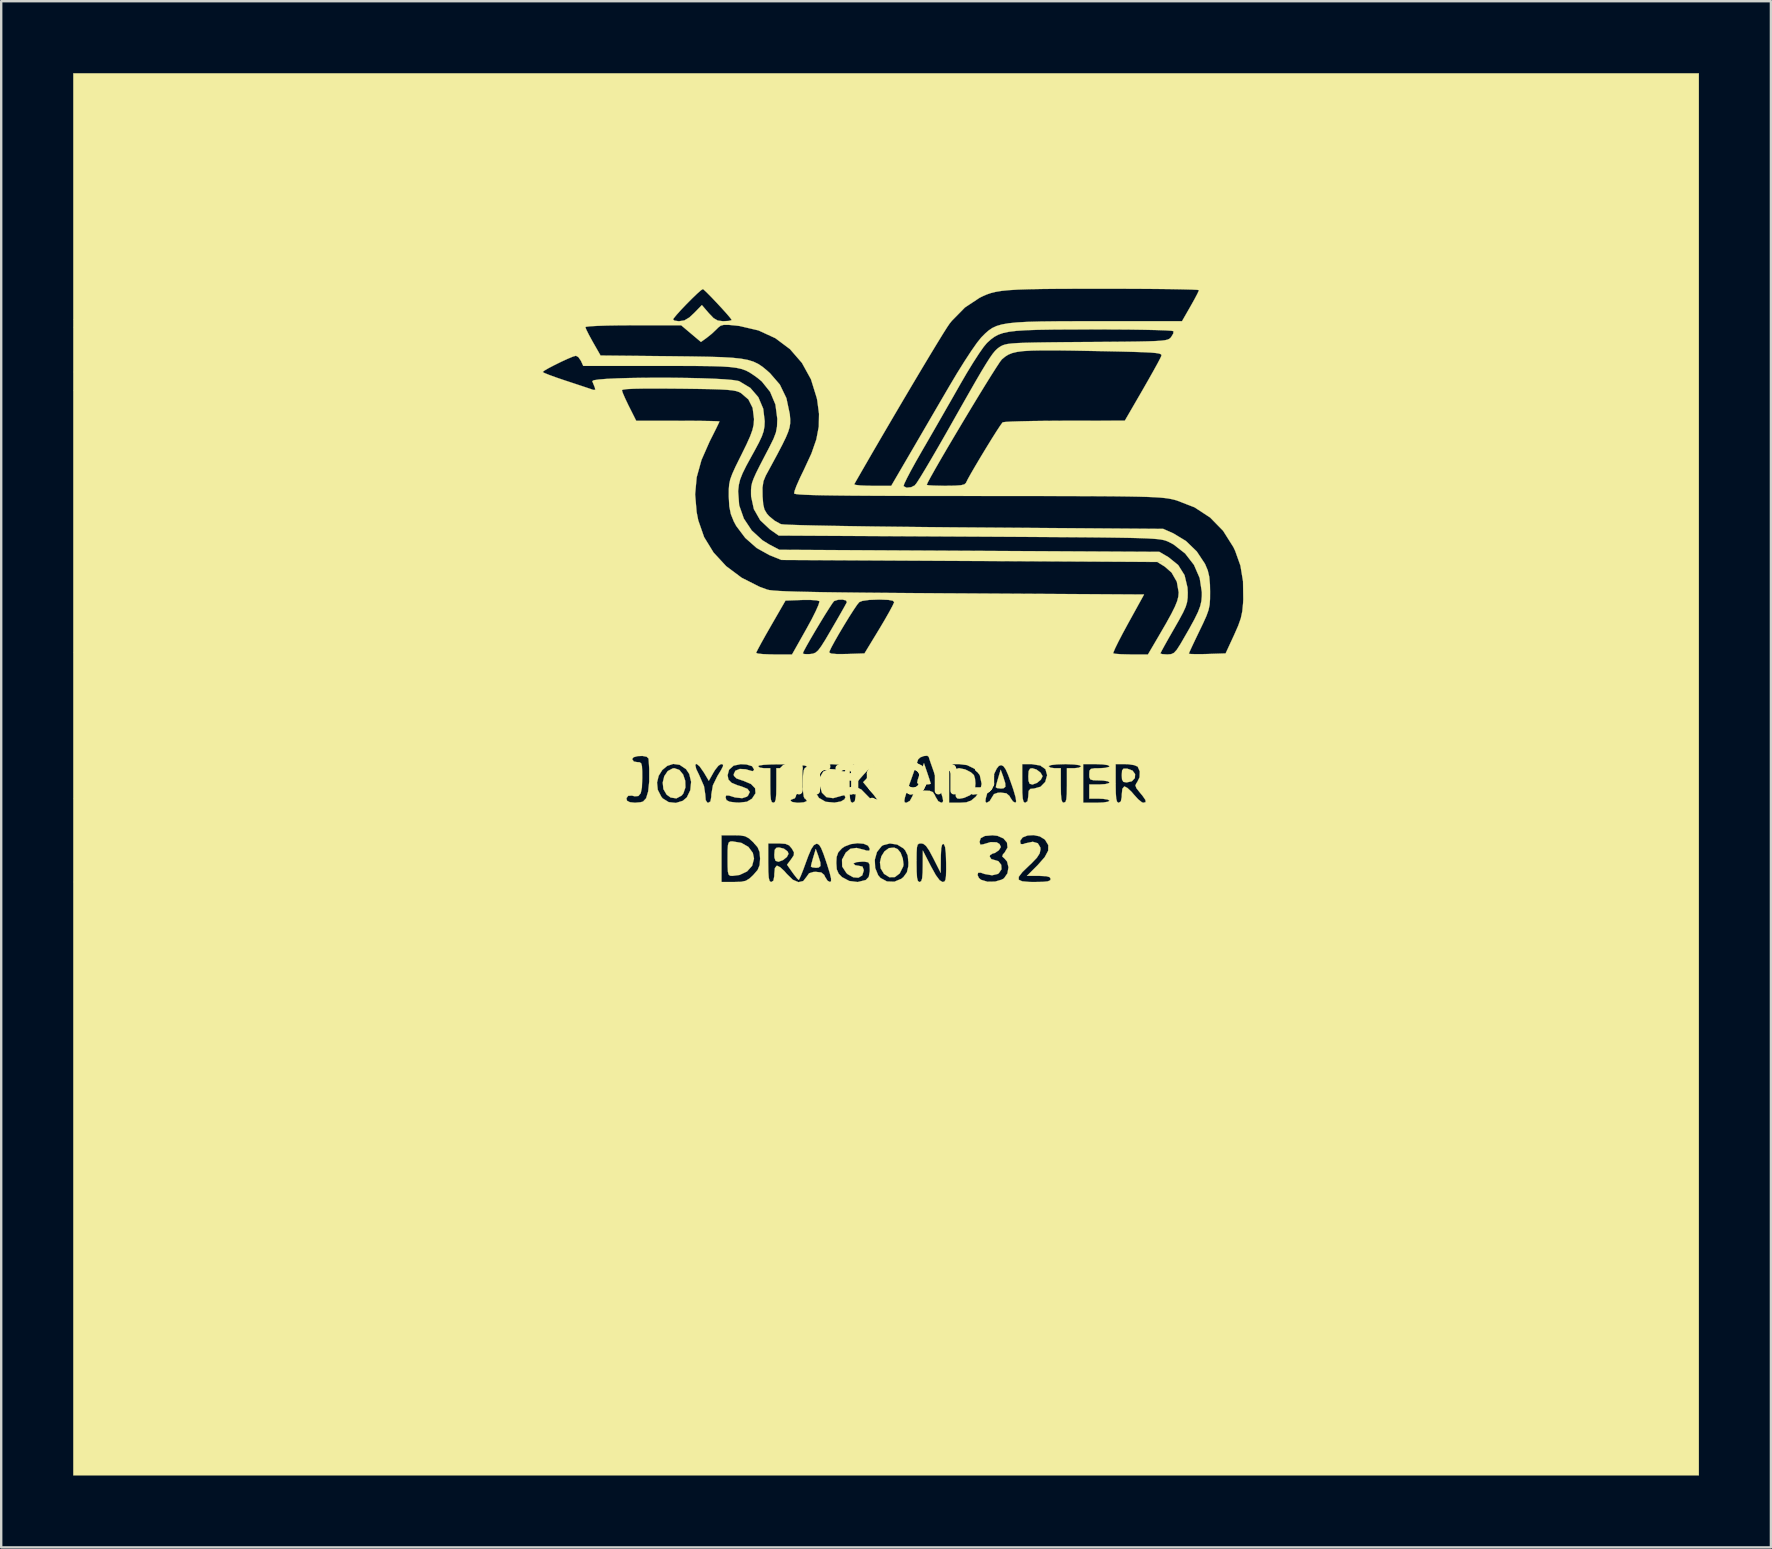
<source format=kicad_pcb>
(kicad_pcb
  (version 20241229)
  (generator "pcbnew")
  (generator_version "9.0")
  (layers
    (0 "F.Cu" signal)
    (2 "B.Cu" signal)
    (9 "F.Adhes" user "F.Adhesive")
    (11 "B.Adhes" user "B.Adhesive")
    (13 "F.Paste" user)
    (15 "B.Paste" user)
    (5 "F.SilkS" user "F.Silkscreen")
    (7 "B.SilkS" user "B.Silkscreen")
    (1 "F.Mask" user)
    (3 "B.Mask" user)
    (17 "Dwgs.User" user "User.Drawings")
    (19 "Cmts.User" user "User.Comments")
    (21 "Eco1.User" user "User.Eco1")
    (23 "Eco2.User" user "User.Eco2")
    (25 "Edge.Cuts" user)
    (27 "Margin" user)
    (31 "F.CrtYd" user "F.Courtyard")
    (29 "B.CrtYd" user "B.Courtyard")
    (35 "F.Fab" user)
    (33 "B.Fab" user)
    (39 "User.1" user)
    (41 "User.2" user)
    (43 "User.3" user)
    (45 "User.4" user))
  (footprint "dragon3"
    (layer "F.Cu")
    (at 33.872 29.215)
    (property "Reference" "dragon3" (at 0 0 0) (layer "F.SilkS") (effects (font (size 1.524 1.524) (thickness 0.3))))
    (attr through_hole)
    (fp_poly (pts (xy -2.826 3.396) (xy -2.739 3.669) (xy -2.733 3.821) (xy -2.811 3.885) (xy -2.921 3.895) (xy -3.08 3.876) (xy -3.133 3.841) (xy -3.11 3.733) (xy -3.055 3.528) (xy -3.031 3.448) (xy -2.93 3.11) (xy -2.826 3.396)) (stroke (width 0.01) (type solid)) (fill yes) (layer "F.SilkS"))
    (fp_poly (pts (xy 4.879 0.094) (xy 4.965 0.367) (xy 4.972 0.519) (xy 4.893 0.583) (xy 4.784 0.593) (xy 4.624 0.574) (xy 4.572 0.539) (xy 4.594 0.431) (xy 4.65 0.226) (xy 4.674 0.146) (xy 4.775 -0.192) (xy 4.879 0.094)) (stroke (width 0.01) (type solid)) (fill yes) (layer "F.SilkS"))
    (fp_poly (pts (xy 10.045 -0.239) (xy 10.046 -0.238) (xy 10.271 -0.155) (xy 10.377 -0.007) (xy 10.367 0.157) (xy 10.243 0.289) (xy 10.023 0.339) (xy 9.887 0.315) (xy 9.831 0.212) (xy 9.821 0.037) (xy 9.834 -0.163) (xy 9.896 -0.239) (xy 10.045 -0.239)) (stroke (width 0.01) (type solid)) (fill yes) (layer "F.SilkS"))
    (fp_poly (pts (xy -4.257 3.097) (xy -4.104 3.213) (xy -4.064 3.313) (xy -4.133 3.445) (xy -4.292 3.572) (xy -4.468 3.639) (xy -4.493 3.641) (xy -4.606 3.605) (xy -4.652 3.469) (xy -4.657 3.344) (xy -4.64 3.143) (xy -4.568 3.061) (xy -4.462 3.048) (xy -4.257 3.097)) (stroke (width 0.01) (type solid)) (fill yes) (layer "F.SilkS"))
    (fp_poly (pts (xy 1.721 -0.048) (xy 1.801 0.192) (xy 1.852 0.355) (xy 1.863 0.396) (xy 1.788 0.414) (xy 1.604 0.423) (xy 1.561 0.423) (xy 1.363 0.412) (xy 1.296 0.358) (xy 1.317 0.233) (xy 1.392 0.013) (xy 1.477 -0.211) (xy 1.579 -0.465) (xy 1.721 -0.048)) (stroke (width 0.01) (type solid)) (fill yes) (layer "F.SilkS"))
    (fp_poly (pts (xy 6.268 -0.199) (xy 6.435 -0.072) (xy 6.518 0.07) (xy 6.519 0.085) (xy 6.45 0.225) (xy 6.289 0.357) (xy 6.109 0.423) (xy 6.09 0.423) (xy 5.983 0.393) (xy 5.935 0.272) (xy 5.927 0.085) (xy 5.941 -0.138) (xy 6 -0.236) (xy 6.09 -0.254) (xy 6.268 -0.199)) (stroke (width 0.01) (type solid)) (fill yes) (layer "F.SilkS"))
    (fp_poly (pts (xy -8.61 -0.18) (xy -8.456 0.01) (xy -8.369 0.268) (xy -8.361 0.547) (xy -8.447 0.796) (xy -8.515 0.883) (xy -8.737 1.004) (xy -8.98 0.966) (xy -9.144 0.847) (xy -9.279 0.616) (xy -9.307 0.344) (xy -9.242 0.077) (xy -9.098 -0.136) (xy -8.889 -0.247) (xy -8.818 -0.254) (xy -8.61 -0.18)) (stroke (width 0.01) (type solid)) (fill yes) (layer "F.SilkS"))
    (fp_poly (pts (xy 0.482 3.115) (xy 0.608 3.271) (xy 0.698 3.514) (xy 0.726 3.758) (xy 0.712 3.842) (xy 0.567 4.131) (xy 0.365 4.283) (xy 0.135 4.288) (xy -0.085 4.149) (xy -0.225 3.921) (xy -0.255 3.664) (xy -0.195 3.414) (xy -0.063 3.206) (xy 0.121 3.074) (xy 0.338 3.054) (xy 0.482 3.115)) (stroke (width 0.01) (type solid)) (fill yes) (layer "F.SilkS"))
    (fp_poly (pts (xy -6.032 2.856) (xy -5.737 3.024) (xy -5.552 3.275) (xy -5.503 3.514) (xy -5.581 3.811) (xy -5.792 4.046) (xy -6.106 4.194) (xy -6.405 4.233) (xy -6.501 4.225) (xy -6.56 4.178) (xy -6.591 4.059) (xy -6.602 3.835) (xy -6.604 3.514) (xy -6.602 3.165) (xy -6.589 2.952) (xy -6.556 2.842) (xy -6.494 2.8) (xy -6.405 2.794) (xy -6.032 2.856)) (stroke (width 0.01) (type solid)) (fill yes) (layer "F.SilkS"))
    (fp_poly (pts (xy 3.295 -0.205) (xy 3.533 -0.085) (xy 3.661 0.034) (xy 3.706 0.181) (xy 3.723 0.381) (xy 3.703 0.595) (xy 3.661 0.728) (xy 3.493 0.873) (xy 3.247 0.982) (xy 3.054 1.016) (xy 2.964 1.002) (xy 2.912 0.938) (xy 2.887 0.787) (xy 2.879 0.514) (xy 2.879 0.381) (xy 2.882 0.057) (xy 2.9 -0.133) (xy 2.942 -0.225) (xy 3.017 -0.253) (xy 3.054 -0.254) (xy 3.295 -0.205)) (stroke (width 0.01) (type solid)) (fill yes) (layer "F.SilkS"))
    (fp_poly (pts (xy 33.867 29.21) (xy -33.867 29.21) (xy -33.867 2.54) (xy -6.858 2.54) (xy -6.858 4.487) (xy -6.342 4.487) (xy -6.041 4.479) (xy -5.845 4.437) (xy -5.685 4.338) (xy -5.537 4.199) (xy -5.352 3.986) (xy -5.269 3.784) (xy -5.249 3.514) (xy -5.27 3.238) (xy -5.355 3.036) (xy -5.493 2.879) (xy -4.911 2.879) (xy -4.911 3.683) (xy -4.906 4.066) (xy -4.889 4.309) (xy -4.856 4.439) (xy -4.802 4.486) (xy -4.784 4.487) (xy -4.695 4.431) (xy -4.659 4.246) (xy -4.657 4.149) (xy -4.634 3.91) (xy -4.562 3.814) (xy -4.534 3.81) (xy -4.413 3.872) (xy -4.242 4.029) (xy -4.138 4.149) (xy -3.887 4.393) (xy -3.651 4.494) (xy -3.451 4.447) (xy -3.317 4.276) (xy -3.208 4.124) (xy -3.027 4.068) (xy -2.921 4.064) (xy -2.7 4.09) (xy -2.58 4.19) (xy -2.54 4.276) (xy -2.44 4.433) (xy -2.338 4.487) (xy -2.292 4.454) (xy -2.293 4.338) (xy -2.346 4.115) (xy -2.455 3.763) (xy -2.481 3.683) (xy -2.074 3.683) (xy -2.055 3.957) (xy -1.975 4.141) (xy -1.837 4.283) (xy -1.535 4.444) (xy -1.183 4.488) (xy -0.855 4.407) (xy -0.841 4.4) (xy -0.722 4.275) (xy -0.679 4.044) (xy -0.677 3.976) (xy -0.686 3.761) (xy -0.743 3.666) (xy -0.898 3.641) (xy -1.016 3.641) (xy -1.228 3.659) (xy -1.346 3.706) (xy -1.355 3.725) (xy -1.282 3.789) (xy -1.143 3.81) (xy -0.981 3.846) (xy -0.932 3.983) (xy -0.931 4.013) (xy -0.993 4.213) (xy -1.152 4.308) (xy -1.367 4.292) (xy -1.6 4.161) (xy -1.655 4.11) (xy -1.829 3.842) (xy -1.836 3.559) (xy -0.47 3.559) (xy -0.454 3.901) (xy -0.33 4.205) (xy -0.234 4.318) (xy 0.036 4.464) (xy 0.345 4.475) (xy 0.637 4.353) (xy 0.724 4.28) (xy 0.868 4.083) (xy 0.926 3.834) (xy 0.931 3.683) (xy 1.27 3.683) (xy 1.275 4.066) (xy 1.291 4.309) (xy 1.324 4.439) (xy 1.379 4.486) (xy 1.397 4.487) (xy 1.463 4.454) (xy 1.503 4.334) (xy 1.523 4.098) (xy 1.528 3.831) (xy 1.532 3.175) (xy 1.868 3.831) (xy 2.072 4.199) (xy 2.231 4.414) (xy 2.352 4.487) (xy 2.356 4.487) (xy 2.428 4.471) (xy 2.473 4.4) (xy 2.496 4.243) (xy 2.498 4.195) (xy 3.811 4.195) (xy 3.869 4.32) (xy 3.958 4.396) (xy 4.224 4.475) (xy 4.543 4.47) (xy 4.812 4.391) (xy 5.526 4.391) (xy 5.671 4.458) (xy 5.971 4.485) (xy 6.181 4.487) (xy 6.528 4.481) (xy 6.737 4.46) (xy 6.836 4.417) (xy 6.858 4.36) (xy 6.818 4.286) (xy 6.678 4.246) (xy 6.404 4.233) (xy 6.363 4.233) (xy 5.868 4.233) (xy 6.321 3.781) (xy 6.61 3.452) (xy 6.755 3.182) (xy 6.759 2.949) (xy 6.629 2.735) (xy 6.604 2.709) (xy 6.402 2.586) (xy 6.15 2.534) (xy 5.898 2.549) (xy 5.695 2.626) (xy 5.592 2.761) (xy 5.588 2.801) (xy 5.61 2.905) (xy 5.707 2.91) (xy 5.818 2.872) (xy 6.112 2.811) (xy 6.323 2.872) (xy 6.427 3.046) (xy 6.435 3.126) (xy 6.401 3.294) (xy 6.283 3.478) (xy 6.057 3.714) (xy 5.969 3.795) (xy 5.679 4.075) (xy 5.53 4.269) (xy 5.526 4.391) (xy 4.812 4.391) (xy 4.828 4.387) (xy 4.915 4.332) (xy 5.057 4.128) (xy 5.1 3.873) (xy 5.042 3.634) (xy 4.942 3.516) (xy 4.841 3.423) (xy 4.87 3.335) (xy 4.937 3.264) (xy 5.061 3.052) (xy 5.038 2.844) (xy 4.891 2.671) (xy 4.639 2.562) (xy 4.433 2.54) (xy 4.118 2.568) (xy 3.944 2.66) (xy 3.895 2.812) (xy 3.927 2.932) (xy 4.043 2.918) (xy 4.357 2.825) (xy 4.606 2.832) (xy 4.728 2.905) (xy 4.784 3.03) (xy 4.702 3.159) (xy 4.696 3.166) (xy 4.537 3.276) (xy 4.439 3.302) (xy 4.332 3.37) (xy 4.318 3.429) (xy 4.388 3.535) (xy 4.47 3.556) (xy 4.679 3.619) (xy 4.798 3.77) (xy 4.81 3.956) (xy 4.699 4.12) (xy 4.649 4.153) (xy 4.416 4.208) (xy 4.106 4.154) (xy 3.945 4.098) (xy 3.836 4.102) (xy 3.811 4.195) (xy 2.498 4.195) (xy 2.504 3.969) (xy 2.503 3.711) (xy 2.491 3.293) (xy 2.46 3.03) (xy 2.408 2.909) (xy 2.392 2.9) (xy 2.334 2.93) (xy 2.298 3.081) (xy 2.283 3.374) (xy 2.281 3.485) (xy 2.276 4.106) (xy 1.966 3.493) (xy 1.796 3.174) (xy 1.665 2.984) (xy 1.552 2.896) (xy 1.463 2.879) (xy 1.374 2.887) (xy 1.317 2.931) (xy 1.286 3.045) (xy 1.273 3.258) (xy 1.27 3.604) (xy 1.27 3.683) (xy 0.931 3.683) (xy 0.903 3.385) (xy 0.801 3.174) (xy 0.724 3.086) (xy 0.464 2.927) (xy 0.158 2.881) (xy -0.126 2.954) (xy -0.187 2.994) (xy -0.38 3.238) (xy -0.47 3.559) (xy -1.836 3.559) (xy -1.836 3.555) (xy -1.68 3.262) (xy -1.485 3.102) (xy -1.231 3.067) (xy -0.889 3.152) (xy -0.826 3.177) (xy -0.702 3.183) (xy -0.677 3.108) (xy -0.75 2.972) (xy -0.936 2.892) (xy -1.191 2.871) (xy -1.47 2.909) (xy -1.725 3.006) (xy -1.837 3.083) (xy -1.991 3.249) (xy -2.06 3.441) (xy -2.074 3.683) (xy -2.481 3.683) (xy -2.482 3.68) (xy -2.611 3.306) (xy -2.708 3.068) (xy -2.789 2.94) (xy -2.868 2.896) (xy -2.912 2.897) (xy -3.012 2.955) (xy -3.118 3.116) (xy -3.242 3.404) (xy -3.337 3.662) (xy -3.455 3.984) (xy -3.555 4.235) (xy -3.623 4.379) (xy -3.641 4.401) (xy -3.71 4.337) (xy -3.837 4.177) (xy -3.905 4.083) (xy -4.127 3.768) (xy -3.956 3.54) (xy -3.845 3.373) (xy -3.838 3.252) (xy -3.926 3.095) (xy -4.041 2.961) (xy -4.194 2.897) (xy -4.446 2.879) (xy -4.489 2.879) (xy -4.911 2.879) (xy -5.493 2.879) (xy -5.537 2.828) (xy -5.715 2.666) (xy -5.877 2.579) (xy -6.088 2.545) (xy -6.342 2.54) (xy -6.858 2.54) (xy -33.867 2.54) (xy -33.867 0.997) (xy -10.82 0.997) (xy -10.795 1.101) (xy -10.675 1.162) (xy -10.463 1.184) (xy -10.232 1.164) (xy -10.126 1.134) (xy -10 0.999) (xy -9.914 0.716) (xy -9.874 0.344) (xy -9.544 0.344) (xy -9.514 0.644) (xy -9.364 0.936) (xy -9.306 1.005) (xy -9.057 1.159) (xy -8.758 1.192) (xy -8.472 1.105) (xy -8.303 0.962) (xy -8.157 0.66) (xy -8.123 0.313) (xy -8.202 -0.016) (xy -8.336 -0.216) (xy -8.603 -0.396) (xy -8.616 -0.398) (xy -7.95 -0.398) (xy -7.913 -0.226) (xy -7.79 0.028) (xy -7.586 0.496) (xy -7.535 0.832) (xy -7.516 1.073) (xy -7.451 1.176) (xy -7.408 1.185) (xy -7.321 1.131) (xy -7.286 0.958) (xy -6.689 0.958) (xy -6.651 1.075) (xy -6.519 1.143) (xy -6.26 1.174) (xy -6.117 1.179) (xy -5.799 1.143) (xy -5.588 1.016) (xy -5.441 0.79) (xy -5.457 0.582) (xy -5.629 0.404) (xy -5.952 0.267) (xy -5.99 0.257) (xy -6.233 0.171) (xy -6.339 0.065) (xy -6.35 -0.002) (xy -6.279 -0.15) (xy -6.095 -0.224) (xy -5.845 -0.21) (xy -5.733 -0.176) (xy -5.566 -0.13) (xy -5.506 -0.173) (xy -5.503 -0.205) (xy -5.582 -0.338) (xy -5.584 -0.339) (xy -5.334 -0.339) (xy -5.26 -0.279) (xy -5.083 -0.254) (xy -5.08 -0.254) (xy -4.826 -0.254) (xy -4.826 0.466) (xy -4.821 0.825) (xy -4.801 1.046) (xy -4.762 1.156) (xy -4.699 1.185) (xy -4.636 1.155) (xy -4.597 1.043) (xy -4.577 0.82) (xy -4.572 0.466) (xy -4.572 -0.254) (xy -3.725 -0.254) (xy -3.725 0.381) (xy -3.732 0.716) (xy -3.756 0.913) (xy -3.804 1.001) (xy -3.852 1.016) (xy -3.965 1.062) (xy -3.979 1.101) (xy -3.904 1.154) (xy -3.717 1.183) (xy -3.641 1.185) (xy -3.429 1.167) (xy -3.311 1.12) (xy -3.302 1.101) (xy -3.366 1.018) (xy -3.387 1.016) (xy -3.429 0.937) (xy -3.459 0.724) (xy -3.468 0.493) (xy -3.016 0.493) (xy -2.969 0.703) (xy -2.797 0.984) (xy -2.517 1.145) (xy -2.151 1.179) (xy -1.884 1.132) (xy -1.735 1.045) (xy -1.693 0.955) (xy -1.74 0.87) (xy -1.841 0.892) (xy -2.206 0.994) (xy -2.484 0.952) (xy -2.672 0.766) (xy -2.767 0.451) (xy -2.764 0.381) (xy -1.524 0.381) (xy -1.519 0.764) (xy -1.503 1.007) (xy -1.47 1.137) (xy -1.415 1.184) (xy -1.397 1.185) (xy -1.302 1.12) (xy -1.27 0.912) (xy -1.27 0.894) (xy -1.247 0.655) (xy -1.171 0.568) (xy -1.033 0.632) (xy -0.824 0.846) (xy -0.633 1.039) (xy -0.46 1.162) (xy -0.386 1.185) (xy -0.33 1.155) (xy -0.348 1.108) (xy 0.76 1.108) (xy 0.782 1.171) (xy 0.845 1.185) (xy 0.846 1.185) (xy 0.991 1.107) (xy 1.088 0.931) (xy 1.159 0.775) (xy 1.264 0.701) (xy 1.461 0.678) (xy 1.569 0.677) (xy 1.815 0.688) (xy 1.95 0.741) (xy 2.031 0.865) (xy 2.058 0.931) (xy 2.173 1.119) (xy 2.302 1.185) (xy 2.359 1.168) (xy 2.377 1.099) (xy 2.351 0.954) (xy 2.274 0.705) (xy 2.144 0.329) (xy 2.114 0.247) (xy 1.983 -0.123) (xy 1.878 -0.423) (xy 2.625 -0.423) (xy 2.625 1.185) (xy 3.055 1.185) (xy 3.343 1.168) (xy 3.431 1.136) (xy 4.14 1.136) (xy 4.177 1.183) (xy 4.195 1.185) (xy 4.317 1.115) (xy 4.403 0.974) (xy 4.496 0.825) (xy 4.66 0.767) (xy 4.783 0.762) (xy 5.011 0.791) (xy 5.141 0.9) (xy 5.18 0.974) (xy 5.287 1.13) (xy 5.386 1.185) (xy 5.422 1.131) (xy 5.397 0.957) (xy 5.308 0.65) (xy 5.224 0.402) (xy 5.088 0.027) (xy 4.982 -0.211) (xy 4.891 -0.338) (xy 4.803 -0.38) (xy 4.788 -0.381) (xy 4.698 -0.349) (xy 4.608 -0.235) (xy 4.502 -0.013) (xy 4.367 0.343) (xy 4.346 0.402) (xy 4.22 0.77) (xy 4.153 1.007) (xy 4.14 1.136) (xy 3.431 1.136) (xy 3.541 1.097) (xy 3.726 0.943) (xy 3.732 0.938) (xy 3.918 0.69) (xy 3.979 0.415) (xy 3.979 0.381) (xy 3.905 0.034) (xy 3.697 -0.227) (xy 3.373 -0.384) (xy 3.055 -0.423) (xy 5.673 -0.423) (xy 5.673 0.381) (xy 5.677 0.764) (xy 5.694 1.007) (xy 5.727 1.137) (xy 5.781 1.184) (xy 5.8 1.185) (xy 5.894 1.121) (xy 5.926 0.916) (xy 5.927 0.889) (xy 5.941 0.69) (xy 6.013 0.608) (xy 6.168 0.593) (xy 6.437 0.517) (xy 6.631 0.319) (xy 6.71 0.042) (xy 6.71 0.031) (xy 6.64 -0.215) (xy 6.467 -0.339) (xy 6.773 -0.339) (xy 6.847 -0.279) (xy 7.024 -0.254) (xy 7.027 -0.254) (xy 7.281 -0.254) (xy 7.281 0.466) (xy 7.287 0.825) (xy 7.306 1.046) (xy 7.346 1.156) (xy 7.408 1.185) (xy 7.472 1.155) (xy 7.511 1.043) (xy 7.53 0.82) (xy 7.535 0.466) (xy 7.535 -0.254) (xy 7.832 -0.254) (xy 8.028 -0.275) (xy 8.125 -0.328) (xy 8.128 -0.339) (xy 8.049 -0.381) (xy 7.833 -0.41) (xy 7.511 -0.423) (xy 7.451 -0.423) (xy 8.213 -0.423) (xy 8.213 1.185) (xy 8.763 1.185) (xy 9.051 1.173) (xy 9.247 1.142) (xy 9.313 1.101) (xy 9.237 1.052) (xy 9.042 1.022) (xy 8.89 1.016) (xy 8.467 1.016) (xy 8.467 0.423) (xy 8.89 0.423) (xy 9.131 0.408) (xy 9.285 0.369) (xy 9.313 0.339) (xy 9.237 0.29) (xy 9.042 0.26) (xy 8.89 0.254) (xy 8.639 0.248) (xy 8.514 0.214) (xy 8.471 0.125) (xy 8.467 0) (xy 8.476 -0.15) (xy 8.533 -0.225) (xy 8.681 -0.251) (xy 8.89 -0.254) (xy 9.131 -0.269) (xy 9.285 -0.308) (xy 9.313 -0.339) (xy 9.236 -0.383) (xy 9.03 -0.413) (xy 8.763 -0.423) (xy 9.567 -0.423) (xy 9.567 0.381) (xy 9.572 0.764) (xy 9.589 1.007) (xy 9.622 1.137) (xy 9.676 1.184) (xy 9.694 1.185) (xy 9.783 1.129) (xy 9.819 0.944) (xy 9.821 0.847) (xy 9.845 0.605) (xy 9.919 0.511) (xy 9.941 0.508) (xy 10.059 0.57) (xy 10.228 0.728) (xy 10.329 0.847) (xy 10.505 1.041) (xy 10.658 1.164) (xy 10.717 1.185) (xy 10.816 1.16) (xy 10.807 1.069) (xy 10.686 0.893) (xy 10.581 0.767) (xy 10.433 0.58) (xy 10.389 0.463) (xy 10.433 0.365) (xy 10.458 0.337) (xy 10.562 0.126) (xy 10.572 -0.12) (xy 10.487 -0.316) (xy 10.482 -0.322) (xy 10.341 -0.382) (xy 10.102 -0.419) (xy 9.974 -0.423) (xy 9.567 -0.423) (xy 8.763 -0.423) (xy 8.213 -0.423) (xy 7.451 -0.423) (xy 7.115 -0.413) (xy 6.88 -0.386) (xy 6.776 -0.346) (xy 6.773 -0.339) (xy 6.467 -0.339) (xy 6.429 -0.366) (xy 6.078 -0.423) (xy 6.037 -0.423) (xy 5.673 -0.423) (xy 3.055 -0.423) (xy 2.625 -0.423) (xy 1.878 -0.423) (xy 1.875 -0.43) (xy 1.803 -0.642) (xy 1.778 -0.727) (xy 1.715 -0.775) (xy 1.573 -0.762) (xy 1.423 -0.704) (xy 1.334 -0.619) (xy 1.332 -0.614) (xy 1.287 -0.475) (xy 1.197 -0.218) (xy 1.079 0.115) (xy 0.991 0.36) (xy 0.86 0.73) (xy 0.784 0.971) (xy 0.76 1.108) (xy -0.348 1.108) (xy -0.37 1.051) (xy -0.516 0.854) (xy -0.597 0.757) (xy -0.956 0.328) (xy -0.647 0.012) (xy -0.438 -0.215) (xy -0.351 -0.352) (xy -0.377 -0.415) (xy -0.445 -0.424) (xy -0.552 -0.365) (xy -0.727 -0.211) (xy -0.907 -0.022) (xy -1.263 0.381) (xy -1.267 -0.021) (xy -1.284 -0.281) (xy -1.338 -0.403) (xy -1.397 -0.423) (xy -1.458 -0.395) (xy -1.496 -0.289) (xy -1.516 -0.079) (xy -1.524 0.264) (xy -1.524 0.381) (xy -2.764 0.381) (xy -2.752 0.115) (xy -2.617 -0.113) (xy -2.377 -0.223) (xy -2.052 -0.202) (xy -1.841 -0.13) (xy -1.719 -0.117) (xy -1.693 -0.194) (xy -1.759 -0.327) (xy -1.964 -0.402) (xy -2.278 -0.423) (xy -2.604 -0.35) (xy -2.849 -0.151) (xy -2.993 0.141) (xy -3.016 0.493) (xy -3.468 0.493) (xy -3.471 0.411) (xy -3.471 0.381) (xy -3.461 0.061) (xy -3.432 -0.162) (xy -3.391 -0.253) (xy -3.387 -0.254) (xy -3.304 -0.314) (xy -3.302 -0.332) (xy -3.381 -0.363) (xy -3.598 -0.39) (xy -3.92 -0.409) (xy -4.315 -0.417) (xy -4.318 -0.417) (xy -4.769 -0.413) (xy -5.099 -0.396) (xy -5.291 -0.367) (xy -5.334 -0.339) (xy -5.584 -0.339) (xy -5.817 -0.41) (xy -6.055 -0.423) (xy -6.352 -0.362) (xy -6.543 -0.191) (xy -6.604 0.038) (xy -6.568 0.22) (xy -6.44 0.352) (xy -6.187 0.458) (xy -6.032 0.503) (xy -5.773 0.607) (xy -5.679 0.736) (xy -5.752 0.887) (xy -5.8 0.932) (xy -5.997 0.995) (xy -6.294 0.963) (xy -6.54 0.886) (xy -6.664 0.881) (xy -6.689 0.958) (xy -7.286 0.958) (xy -7.284 0.951) (xy -7.281 0.835) (xy -7.216 0.458) (xy -7.027 0.072) (xy -6.87 -0.188) (xy -6.795 -0.337) (xy -6.793 -0.404) (xy -6.854 -0.423) (xy -6.885 -0.423) (xy -6.989 -0.355) (xy -7.126 -0.183) (xy -7.191 -0.077) (xy -7.386 0.27) (xy -7.592 -0.077) (xy -7.771 -0.333) (xy -7.897 -0.436) (xy -7.95 -0.398) (xy -8.616 -0.398) (xy -8.87 -0.433) (xy -9.118 -0.352) (xy -9.326 -0.179) (xy -9.475 0.061) (xy -9.544 0.344) (xy -9.874 0.344) (xy -9.87 0.303) (xy -9.869 -0.224) (xy -9.897 -0.656) (xy -9.975 -0.732) (xy -10.15 -0.766) (xy -10.353 -0.758) (xy -10.52 -0.712) (xy -10.583 -0.635) (xy -10.51 -0.533) (xy -10.372 -0.508) (xy -10.266 -0.501) (xy -10.203 -0.455) (xy -10.172 -0.337) (xy -10.161 -0.112) (xy -10.16 0.16) (xy -10.174 0.548) (xy -10.223 0.788) (xy -10.32 0.904) (xy -10.478 0.916) (xy -10.588 0.887) (xy -10.745 0.895) (xy -10.82 0.997) (xy -33.867 0.997) (xy -33.867 -5.059) (xy -5.415 -5.059) (xy -5.338 -5.031) (xy -5.13 -5.009) (xy -4.829 -4.997) (xy -4.669 -4.995) (xy -3.918 -4.995) (xy -3.894 -5.038) (xy -3.471 -5.038) (xy -3.397 -5.01) (xy -3.214 -5.008) (xy -3.166 -5.011) (xy -3.041 -5.029) (xy -2.936 -5.072) (xy -2.927 -5.08) (xy -2.371 -5.08) (xy -2.288 -5.032) (xy -2.042 -5.01) (xy -1.638 -5.013) (xy -1.635 -5.013) (xy -0.9 -5.038) (xy -0.283 -6.054) (xy -0.06 -6.429) (xy 0.127 -6.757) (xy 0.263 -7.009) (xy 0.331 -7.156) (xy 0.336 -7.176) (xy 0.28 -7.234) (xy 0.095 -7.268) (xy -0.236 -7.281) (xy -0.322 -7.281) (xy -0.705 -7.267) (xy -0.984 -7.227) (xy -1.115 -7.176) (xy -1.206 -7.066) (xy -1.355 -6.846) (xy -1.544 -6.551) (xy -1.75 -6.214) (xy -1.956 -5.869) (xy -2.139 -5.549) (xy -2.281 -5.287) (xy -2.36 -5.118) (xy -2.371 -5.08) (xy -2.927 -5.08) (xy -2.831 -5.164) (xy -2.707 -5.329) (xy -2.542 -5.589) (xy -2.318 -5.97) (xy -2.269 -6.054) (xy -2.05 -6.431) (xy -1.861 -6.761) (xy -1.719 -7.013) (xy -1.641 -7.158) (xy -1.633 -7.176) (xy -1.672 -7.245) (xy -1.813 -7.28) (xy -1.995 -7.274) (xy -2.154 -7.224) (xy -2.167 -7.217) (xy -2.237 -7.128) (xy -2.37 -6.925) (xy -2.549 -6.642) (xy -2.752 -6.309) (xy -2.961 -5.96) (xy -3.157 -5.626) (xy -3.32 -5.339) (xy -3.431 -5.132) (xy -3.471 -5.038) (xy -3.894 -5.038) (xy -3.313 -6.07) (xy -3.101 -6.458) (xy -2.933 -6.794) (xy -2.82 -7.048) (xy -2.776 -7.194) (xy -2.78 -7.216) (xy -2.894 -7.248) (xy -3.13 -7.265) (xy -3.444 -7.266) (xy -3.522 -7.264) (xy -4.191 -7.239) (xy -4.801 -6.181) (xy -5.019 -5.8) (xy -5.203 -5.47) (xy -5.337 -5.221) (xy -5.408 -5.079) (xy -5.415 -5.059) (xy -33.867 -5.059) (xy -33.867 -16.005) (xy -11.007 -16.005) (xy -10.971 -15.89) (xy -10.875 -15.668) (xy -10.74 -15.384) (xy -10.709 -15.323) (xy -10.412 -14.732) (xy -8.677 -14.732) (xy -8.156 -14.731) (xy -7.697 -14.727) (xy -7.327 -14.721) (xy -7.069 -14.714) (xy -6.948 -14.706) (xy -6.943 -14.703) (xy -6.979 -14.621) (xy -7.076 -14.42) (xy -7.219 -14.133) (xy -7.351 -13.872) (xy -7.691 -13.1) (xy -7.892 -12.377) (xy -7.957 -11.666) (xy -7.894 -10.929) (xy -7.826 -10.583) (xy -7.582 -9.884) (xy -7.189 -9.242) (xy -6.663 -8.673) (xy -6.019 -8.192) (xy -5.272 -7.814) (xy -4.953 -7.697) (xy -4.859 -7.676) (xy -4.699 -7.658) (xy -4.465 -7.641) (xy -4.147 -7.626) (xy -3.736 -7.613) (xy -3.223 -7.601) (xy -2.599 -7.589) (xy -1.855 -7.579) (xy -0.982 -7.569) (xy 0.03 -7.56) (xy 1.19 -7.551) (xy 2.506 -7.542) (xy 3.068 -7.539) (xy 10.75 -7.493) (xy 10.086 -6.289) (xy 9.865 -5.882) (xy 9.681 -5.529) (xy 9.546 -5.254) (xy 9.474 -5.083) (xy 9.466 -5.04) (xy 9.566 -5.02) (xy 9.792 -5.004) (xy 10.102 -4.996) (xy 10.212 -4.995) (xy 10.912 -4.995) (xy 11.372 -5.779) (xy 11.669 -6.291) (xy 11.886 -6.685) (xy 12.036 -6.986) (xy 12.13 -7.218) (xy 12.178 -7.406) (xy 12.192 -7.575) (xy 12.192 -7.583) (xy 12.115 -8.025) (xy 11.897 -8.406) (xy 11.611 -8.656) (xy 11.303 -8.848) (xy 3.471 -8.89) (xy -4.36 -8.932) (xy -4.863 -9.135) (xy -5.391 -9.429) (xy -5.867 -9.849) (xy -6.245 -10.351) (xy -6.347 -10.541) (xy -6.469 -10.846) (xy -6.533 -11.167) (xy -6.555 -11.576) (xy -6.555 -11.609) (xy -6.554 -11.873) (xy -6.537 -12.086) (xy -6.494 -12.287) (xy -6.411 -12.515) (xy -6.279 -12.808) (xy -6.083 -13.205) (xy -6.031 -13.308) (xy -5.811 -13.757) (xy -5.661 -14.092) (xy -5.568 -14.349) (xy -5.519 -14.563) (xy -5.504 -14.768) (xy -5.503 -14.809) (xy -5.56 -15.269) (xy -5.736 -15.62) (xy -6.043 -15.884) (xy -6.044 -15.885) (xy -6.136 -15.932) (xy -6.249 -15.97) (xy -6.405 -15.999) (xy -6.624 -16.021) (xy -6.926 -16.038) (xy -7.333 -16.051) (xy -7.865 -16.06) (xy -8.542 -16.069) (xy -8.657 -16.07) (xy -9.428 -16.076) (xy -10.037 -16.075) (xy -10.492 -16.067) (xy -10.799 -16.052) (xy -10.968 -16.028) (xy -11.007 -16.005) (xy -33.867 -16.005) (xy -33.867 -16.764) (xy -14.309 -16.764) (xy -14.233 -16.721) (xy -14.027 -16.638) (xy -13.721 -16.527) (xy -13.346 -16.4) (xy -13.314 -16.39) (xy -12.921 -16.26) (xy -12.58 -16.147) (xy -12.328 -16.063) (xy -12.2 -16.018) (xy -12.198 -16.018) (xy -12.117 -16.021) (xy -12.135 -16.114) (xy -12.215 -16.313) (xy -12.243 -16.383) (xy -12.179 -16.421) (xy -11.968 -16.452) (xy -11.632 -16.479) (xy -11.195 -16.499) (xy -10.678 -16.514) (xy -10.104 -16.523) (xy -9.496 -16.526) (xy -8.876 -16.524) (xy -8.266 -16.516) (xy -7.689 -16.503) (xy -7.168 -16.484) (xy -6.724 -16.459) (xy -6.381 -16.429) (xy -6.161 -16.393) (xy -6.116 -16.379) (xy -5.658 -16.103) (xy -5.323 -15.715) (xy -5.119 -15.234) (xy -5.058 -14.714) (xy -5.068 -14.495) (xy -5.103 -14.297) (xy -5.177 -14.082) (xy -5.304 -13.812) (xy -5.499 -13.449) (xy -5.596 -13.274) (xy -5.826 -12.854) (xy -5.982 -12.538) (xy -6.081 -12.287) (xy -6.136 -12.061) (xy -6.163 -11.821) (xy -6.165 -11.797) (xy -6.122 -11.213) (xy -5.927 -10.657) (xy -5.598 -10.161) (xy -5.15 -9.752) (xy -4.878 -9.584) (xy -4.445 -9.356) (xy 3.471 -9.313) (xy 11.388 -9.271) (xy 11.77 -9.046) (xy 12.173 -8.72) (xy 12.437 -8.299) (xy 12.56 -7.782) (xy 12.571 -7.573) (xy 12.566 -7.355) (xy 12.541 -7.168) (xy 12.483 -6.976) (xy 12.376 -6.742) (xy 12.209 -6.432) (xy 12.002 -6.069) (xy 11.792 -5.703) (xy 11.617 -5.391) (xy 11.492 -5.163) (xy 11.433 -5.046) (xy 11.43 -5.037) (xy 11.504 -5.009) (xy 11.687 -4.996) (xy 11.723 -4.995) (xy 11.877 -5.007) (xy 11.996 -5.061) (xy 12.113 -5.189) (xy 12.262 -5.421) (xy 12.347 -5.567) (xy 12.637 -6.071) (xy 12.849 -6.459) (xy 12.996 -6.76) (xy 13.088 -7.002) (xy 13.138 -7.215) (xy 13.157 -7.427) (xy 13.158 -7.586) (xy 13.068 -8.178) (xy 12.829 -8.727) (xy 12.46 -9.203) (xy 11.982 -9.576) (xy 11.775 -9.685) (xy 11.707 -9.715) (xy 11.635 -9.742) (xy 11.548 -9.765) (xy 11.437 -9.785) (xy 11.289 -9.803) (xy 11.095 -9.818) (xy 10.843 -9.832) (xy 10.524 -9.843) (xy 10.127 -9.853) (xy 9.641 -9.861) (xy 9.055 -9.869) (xy 8.359 -9.876) (xy 7.542 -9.882) (xy 6.595 -9.888) (xy 5.505 -9.895) (xy 4.263 -9.902) (xy 3.457 -9.906) (xy -4.473 -9.948) (xy -4.84 -10.206) (xy -5.245 -10.587) (xy -5.51 -11.052) (xy -5.624 -11.58) (xy -5.627 -11.684) (xy -5.627 -11.853) (xy -5.615 -11.998) (xy -5.583 -12.147) (xy -5.519 -12.325) (xy -5.415 -12.558) (xy -5.258 -12.872) (xy -5.04 -13.293) (xy -4.863 -13.631) (xy -4.692 -13.976) (xy -4.591 -14.241) (xy -4.544 -14.491) (xy -4.533 -14.788) (xy -4.533 -14.817) (xy -4.611 -15.41) (xy -4.831 -15.936) (xy -5.18 -16.372) (xy -5.357 -16.518) (xy -5.53 -16.642) (xy -5.685 -16.744) (xy -5.841 -16.826) (xy -6.016 -16.889) (xy -6.23 -16.937) (xy -6.499 -16.971) (xy -6.843 -16.994) (xy -7.281 -17.008) (xy -7.83 -17.015) (xy -8.509 -17.018) (xy -9.336 -17.018) (xy -9.452 -17.018) (xy -12.619 -17.018) (xy -12.715 -17.23) (xy -12.823 -17.386) (xy -12.924 -17.441) (xy -13.045 -17.407) (xy -13.262 -17.317) (xy -13.533 -17.193) (xy -13.815 -17.054) (xy -14.067 -16.923) (xy -14.245 -16.818) (xy -14.309 -16.764) (xy -33.867 -16.764) (xy -33.867 -18.636) (xy -12.531 -18.636) (xy -12.491 -18.53) (xy -12.387 -18.321) (xy -12.239 -18.05) (xy -12.214 -18.005) (xy -11.897 -17.451) (xy -8.975 -17.422) (xy -8.126 -17.412) (xy -7.428 -17.4) (xy -6.86 -17.383) (xy -6.405 -17.357) (xy -6.044 -17.319) (xy -5.757 -17.266) (xy -5.526 -17.195) (xy -5.331 -17.102) (xy -5.153 -16.984) (xy -4.975 -16.838) (xy -4.838 -16.716) (xy -4.427 -16.241) (xy -4.153 -15.674) (xy -4.012 -15.006) (xy -4.008 -14.962) (xy -3.994 -14.784) (xy -3.996 -14.623) (xy -4.021 -14.46) (xy -4.079 -14.27) (xy -4.178 -14.033) (xy -4.328 -13.727) (xy -4.536 -13.329) (xy -4.812 -12.818) (xy -5.014 -12.446) (xy -5.109 -12.215) (xy -5.15 -11.944) (xy -5.146 -11.581) (xy -5.12 -11.253) (xy -5.068 -11.035) (xy -4.97 -10.868) (xy -4.873 -10.757) (xy -4.648 -10.57) (xy -4.407 -10.436) (xy -4.368 -10.422) (xy -4.243 -10.409) (xy -3.96 -10.396) (xy -3.528 -10.382) (xy -2.96 -10.368) (xy -2.264 -10.354) (xy -1.452 -10.341) (xy -0.535 -10.327) (xy 0.477 -10.315) (xy 1.573 -10.303) (xy 2.742 -10.292) (xy 3.722 -10.285) (xy 11.549 -10.227) (xy 11.977 -10.037) (xy 12.494 -9.723) (xy 12.946 -9.287) (xy 13.285 -8.776) (xy 13.294 -8.759) (xy 13.404 -8.498) (xy 13.467 -8.232) (xy 13.496 -7.902) (xy 13.501 -7.618) (xy 13.499 -7.304) (xy 13.482 -7.062) (xy 13.436 -6.844) (xy 13.35 -6.603) (xy 13.211 -6.294) (xy 13.06 -5.981) (xy 12.888 -5.623) (xy 12.747 -5.325) (xy 12.651 -5.116) (xy 12.615 -5.028) (xy 12.615 -5.027) (xy 12.694 -5.013) (xy 12.904 -5.007) (xy 13.207 -5.009) (xy 13.382 -5.013) (xy 14.148 -5.038) (xy 14.5 -5.8) (xy 14.672 -6.191) (xy 14.781 -6.499) (xy 14.843 -6.79) (xy 14.876 -7.129) (xy 14.884 -7.293) (xy 14.874 -8.041) (xy 14.765 -8.697) (xy 14.546 -9.312) (xy 14.471 -9.47) (xy 14.043 -10.148) (xy 13.502 -10.701) (xy 12.853 -11.125) (xy 12.1 -11.416) (xy 11.992 -11.445) (xy 11.878 -11.471) (xy 11.751 -11.494) (xy 11.6 -11.514) (xy 11.414 -11.532) (xy 11.181 -11.546) (xy 10.891 -11.559) (xy 10.533 -11.569) (xy 10.094 -11.577) (xy 9.565 -11.584) (xy 8.934 -11.589) (xy 8.19 -11.592) (xy 7.321 -11.595) (xy 6.317 -11.596) (xy 5.166 -11.597) (xy 3.858 -11.598) (xy 3.796 -11.598) (xy 2.437 -11.599) (xy 1.239 -11.6) (xy 0.194 -11.603) (xy -0.709 -11.607) (xy -1.478 -11.612) (xy -2.12 -11.619) (xy -2.645 -11.627) (xy -3.063 -11.637) (xy -3.38 -11.649) (xy -3.606 -11.662) (xy -3.751 -11.678) (xy -3.821 -11.696) (xy -3.832 -11.705) (xy -3.809 -11.819) (xy -3.737 -12.01) (xy 0.728 -12.01) (xy 0.729 -12.008) (xy 0.855 -11.943) (xy 1.047 -11.964) (xy 1.202 -12.044) (xy 1.214 -12.06) (xy 1.693 -12.06) (xy 1.772 -12.044) (xy 1.983 -12.031) (xy 2.289 -12.024) (xy 2.489 -12.023) (xy 2.873 -12.028) (xy 3.121 -12.046) (xy 3.262 -12.082) (xy 3.328 -12.142) (xy 3.336 -12.16) (xy 3.407 -12.302) (xy 3.544 -12.548) (xy 3.73 -12.867) (xy 3.946 -13.231) (xy 4.174 -13.607) (xy 4.396 -13.968) (xy 4.594 -14.282) (xy 4.75 -14.52) (xy 4.845 -14.652) (xy 4.86 -14.667) (xy 4.965 -14.683) (xy 5.218 -14.698) (xy 5.597 -14.71) (xy 6.079 -14.721) (xy 6.642 -14.728) (xy 7.265 -14.732) (xy 7.451 -14.733) (xy 9.948 -14.736) (xy 10.685 -16.008) (xy 10.929 -16.435) (xy 11.145 -16.818) (xy 11.318 -17.132) (xy 11.431 -17.348) (xy 11.469 -17.432) (xy 11.474 -17.473) (xy 11.449 -17.506) (xy 11.377 -17.533) (xy 11.243 -17.555) (xy 11.03 -17.574) (xy 10.722 -17.589) (xy 10.302 -17.603) (xy 9.754 -17.617) (xy 9.063 -17.632) (xy 8.616 -17.64) (xy 7.771 -17.656) (xy 7.077 -17.665) (xy 6.516 -17.665) (xy 6.071 -17.656) (xy 5.725 -17.636) (xy 5.459 -17.602) (xy 5.255 -17.553) (xy 5.095 -17.488) (xy 4.963 -17.405) (xy 4.839 -17.302) (xy 4.823 -17.288) (xy 4.742 -17.182) (xy 4.591 -16.952) (xy 4.38 -16.621) (xy 4.123 -16.208) (xy 3.832 -15.733) (xy 3.519 -15.217) (xy 3.197 -14.681) (xy 2.877 -14.144) (xy 2.571 -13.628) (xy 2.293 -13.152) (xy 2.054 -12.737) (xy 1.866 -12.403) (xy 1.742 -12.172) (xy 1.694 -12.062) (xy 1.693 -12.06) (xy 1.214 -12.06) (xy 1.276 -12.142) (xy 1.421 -12.368) (xy 1.626 -12.706) (xy 1.88 -13.135) (xy 2.172 -13.637) (xy 2.491 -14.193) (xy 2.653 -14.478) (xy 3.086 -15.244) (xy 3.446 -15.877) (xy 3.74 -16.39) (xy 3.978 -16.797) (xy 4.169 -17.111) (xy 4.32 -17.348) (xy 4.441 -17.521) (xy 4.541 -17.643) (xy 4.629 -17.729) (xy 4.712 -17.793) (xy 4.77 -17.83) (xy 4.847 -17.871) (xy 4.94 -17.904) (xy 5.067 -17.932) (xy 5.243 -17.953) (xy 5.487 -17.97) (xy 5.814 -17.983) (xy 6.241 -17.993) (xy 6.786 -18.001) (xy 7.465 -18.008) (xy 8.295 -18.014) (xy 8.382 -18.014) (xy 9.222 -18.02) (xy 9.91 -18.026) (xy 10.46 -18.033) (xy 10.89 -18.042) (xy 11.216 -18.053) (xy 11.453 -18.068) (xy 11.619 -18.088) (xy 11.729 -18.113) (xy 11.8 -18.145) (xy 11.848 -18.184) (xy 11.874 -18.214) (xy 11.968 -18.368) (xy 11.975 -18.466) (xy 11.882 -18.483) (xy 11.637 -18.499) (xy 11.257 -18.512) (xy 10.759 -18.523) (xy 10.16 -18.532) (xy 9.478 -18.537) (xy 8.73 -18.539) (xy 8.61 -18.538) (xy 7.704 -18.537) (xy 6.951 -18.532) (xy 6.333 -18.522) (xy 5.833 -18.505) (xy 5.435 -18.479) (xy 5.122 -18.441) (xy 4.876 -18.389) (xy 4.681 -18.321) (xy 4.52 -18.235) (xy 4.375 -18.129) (xy 4.23 -18) (xy 4.198 -17.969) (xy 4.064 -17.808) (xy 3.868 -17.527) (xy 3.628 -17.156) (xy 3.363 -16.723) (xy 3.103 -16.276) (xy 2.773 -15.696) (xy 2.396 -15.038) (xy 2.01 -14.365) (xy 1.651 -13.743) (xy 1.492 -13.469) (xy 1.242 -13.031) (xy 1.028 -12.643) (xy 0.863 -12.327) (xy 0.759 -12.108) (xy 0.728 -12.01) (xy -3.737 -12.01) (xy -3.722 -12.048) (xy -3.705 -12.086) (xy -1.328 -12.086) (xy -1.266 -12.059) (xy -1.07 -12.037) (xy -0.774 -12.025) (xy -0.574 -12.023) (xy 0.216 -12.023) (xy 0.944 -13.271) (xy 1.221 -13.746) (xy 1.555 -14.319) (xy 1.918 -14.943) (xy 2.284 -15.57) (xy 2.624 -16.152) (xy 2.635 -16.171) (xy 2.955 -16.708) (xy 3.265 -17.205) (xy 3.547 -17.636) (xy 3.784 -17.975) (xy 3.959 -18.195) (xy 3.979 -18.216) (xy 4.129 -18.367) (xy 4.272 -18.493) (xy 4.425 -18.597) (xy 4.603 -18.68) (xy 4.823 -18.745) (xy 5.101 -18.794) (xy 5.452 -18.83) (xy 5.894 -18.854) (xy 6.441 -18.869) (xy 7.111 -18.877) (xy 7.919 -18.88) (xy 8.806 -18.881) (xy 12.331 -18.881) (xy 12.685 -19.499) (xy 12.847 -19.788) (xy 12.97 -20.021) (xy 13.034 -20.158) (xy 13.039 -20.176) (xy 12.957 -20.188) (xy 12.722 -20.199) (xy 12.351 -20.209) (xy 11.86 -20.218) (xy 11.266 -20.225) (xy 10.584 -20.23) (xy 9.833 -20.233) (xy 9.038 -20.234) (xy 8.055 -20.233) (xy 7.225 -20.231) (xy 6.533 -20.224) (xy 5.962 -20.214) (xy 5.497 -20.198) (xy 5.121 -20.175) (xy 4.819 -20.145) (xy 4.574 -20.105) (xy 4.37 -20.055) (xy 4.192 -19.994) (xy 4.024 -19.92) (xy 3.895 -19.856) (xy 3.288 -19.454) (xy 2.743 -18.9) (xy 2.645 -18.778) (xy 2.54 -18.623) (xy 2.36 -18.338) (xy 2.116 -17.94) (xy 1.816 -17.445) (xy 1.471 -16.87) (xy 1.09 -16.23) (xy 0.684 -15.544) (xy 0.262 -14.827) (xy -0.166 -14.096) (xy -0.59 -13.368) (xy -1 -12.658) (xy -1.328 -12.086) (xy -3.705 -12.086) (xy -3.584 -12.359) (xy -3.419 -12.7) (xy -3.11 -13.368) (xy -2.907 -13.951) (xy -2.804 -14.489) (xy -2.794 -15.021) (xy -2.869 -15.589) (xy -2.888 -15.68) (xy -3.13 -16.461) (xy -3.506 -17.143) (xy -4.004 -17.717) (xy -4.612 -18.172) (xy -5.318 -18.497) (xy -6.111 -18.682) (xy -6.229 -18.696) (xy -6.555 -18.728) (xy -6.76 -18.729) (xy -6.892 -18.694) (xy -6.996 -18.615) (xy -7.049 -18.56) (xy -7.262 -18.358) (xy -7.477 -18.186) (xy -7.714 -18.016) (xy -8.127 -18.363) (xy -8.539 -18.711) (xy -10.535 -18.711) (xy -11.11 -18.708) (xy -11.616 -18.7) (xy -12.031 -18.686) (xy -12.335 -18.669) (xy -12.503 -18.648) (xy -12.531 -18.636) (xy -33.867 -18.636) (xy -33.867 -18.956) (xy -8.876 -18.956) (xy -8.822 -18.906) (xy -8.652 -18.881) (xy -8.618 -18.881) (xy -8.402 -18.915) (xy -8.196 -19.038) (xy -8.003 -19.217) (xy -7.675 -19.553) (xy -7.387 -19.217) (xy -7.189 -19.01) (xy -7.017 -18.91) (xy -6.806 -18.881) (xy -6.767 -18.881) (xy -6.557 -18.893) (xy -6.442 -18.923) (xy -6.435 -18.934) (xy -6.489 -19.014) (xy -6.631 -19.182) (xy -6.832 -19.406) (xy -7.06 -19.652) (xy -7.284 -19.888) (xy -7.476 -20.082) (xy -7.603 -20.2) (xy -7.632 -20.22) (xy -7.709 -20.173) (xy -7.87 -20.032) (xy -8.083 -19.827) (xy -8.319 -19.59) (xy -8.546 -19.352) (xy -8.734 -19.143) (xy -8.853 -18.996) (xy -8.876 -18.956) (xy -33.867 -18.956) (xy -33.867 -29.21) (xy 33.867 -29.21) (xy 33.867 29.21)) (stroke (width 0.01) (type solid)) (fill yes) (layer "F.SilkS")))
  (gr_rect
    (start -3 -3)
    (end 70.743 61.43)
    (stroke (width 0.1) (type default))
    (fill no)
    (layer "Edge.Cuts")))
</source>
